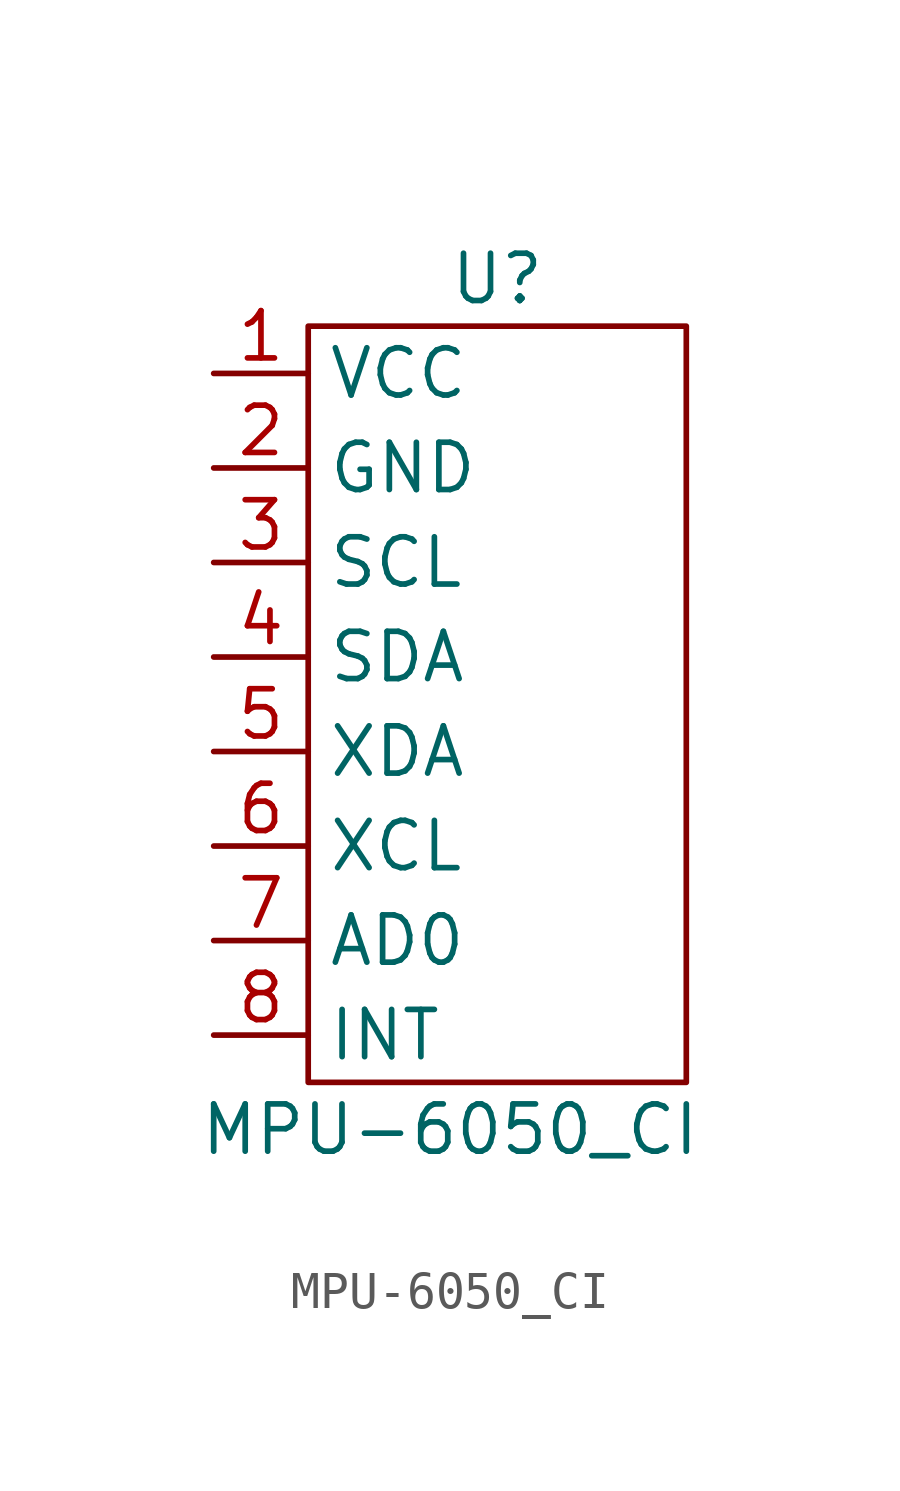
<source format=kicad_sym>
(kicad_symbol_lib
  (version 20211014)
  (generator kicad_symbol_editor)
  (symbol "MPU-6050_CI"
    (property "Reference" "U"
      (at 7.62 0 0)
      (effects (font (size 1.27 1.27))))
    (property "Value" "MPU-6050_CI"
      (at 6.35 -22.86 0)
      (effects (font (size 1.27 1.27))))
    (symbol "MPU-6050_CI_0_1"
      (rectangle (start 2.54 -1.27) (end 12.7 -21.59) (stroke (width 0) (type default) (color 0 0 0 0)) (fill (type none))))
    (symbol "MPU-6050_CI_1_1"
      (pin power_in line (at 0 -2.54 0) (length 2.54) (name "VCC" (effects (font (size 1.27 1.27)))) (number "1" (effects (font (size 1.27 1.27)))))
      (pin power_in line (at 0 -5.08 0) (length 2.54) (name "GND" (effects (font (size 1.27 1.27)))) (number "2" (effects (font (size 1.27 1.27)))))
      (pin input line (at 0 -7.62 0) (length 2.54) (name "SCL" (effects (font (size 1.27 1.27)))) (number "3" (effects (font (size 1.27 1.27)))))
      (pin open_collector line (at 0 -10.16 0) (length 2.54) (name "SDA" (effects (font (size 1.27 1.27)))) (number "4" (effects (font (size 1.27 1.27)))))
      (pin input line (at 0 -12.7 0) (length 2.54) (name "XDA" (effects (font (size 1.27 1.27)))) (number "5" (effects (font (size 1.27 1.27)))))
      (pin input line (at 0 -15.24 0) (length 2.54) (name "XCL" (effects (font (size 1.27 1.27)))) (number "6" (effects (font (size 1.27 1.27)))))
      (pin input line (at 0 -17.78 0) (length 2.54) (name "AD0" (effects (font (size 1.27 1.27)))) (number "7" (effects (font (size 1.27 1.27)))))
      (pin output line (at 0 -20.32 0) (length 2.54) (name "INT" (effects (font (size 1.27 1.27)))) (number "8" (effects (font (size 1.27 1.27))))))))
</source>
